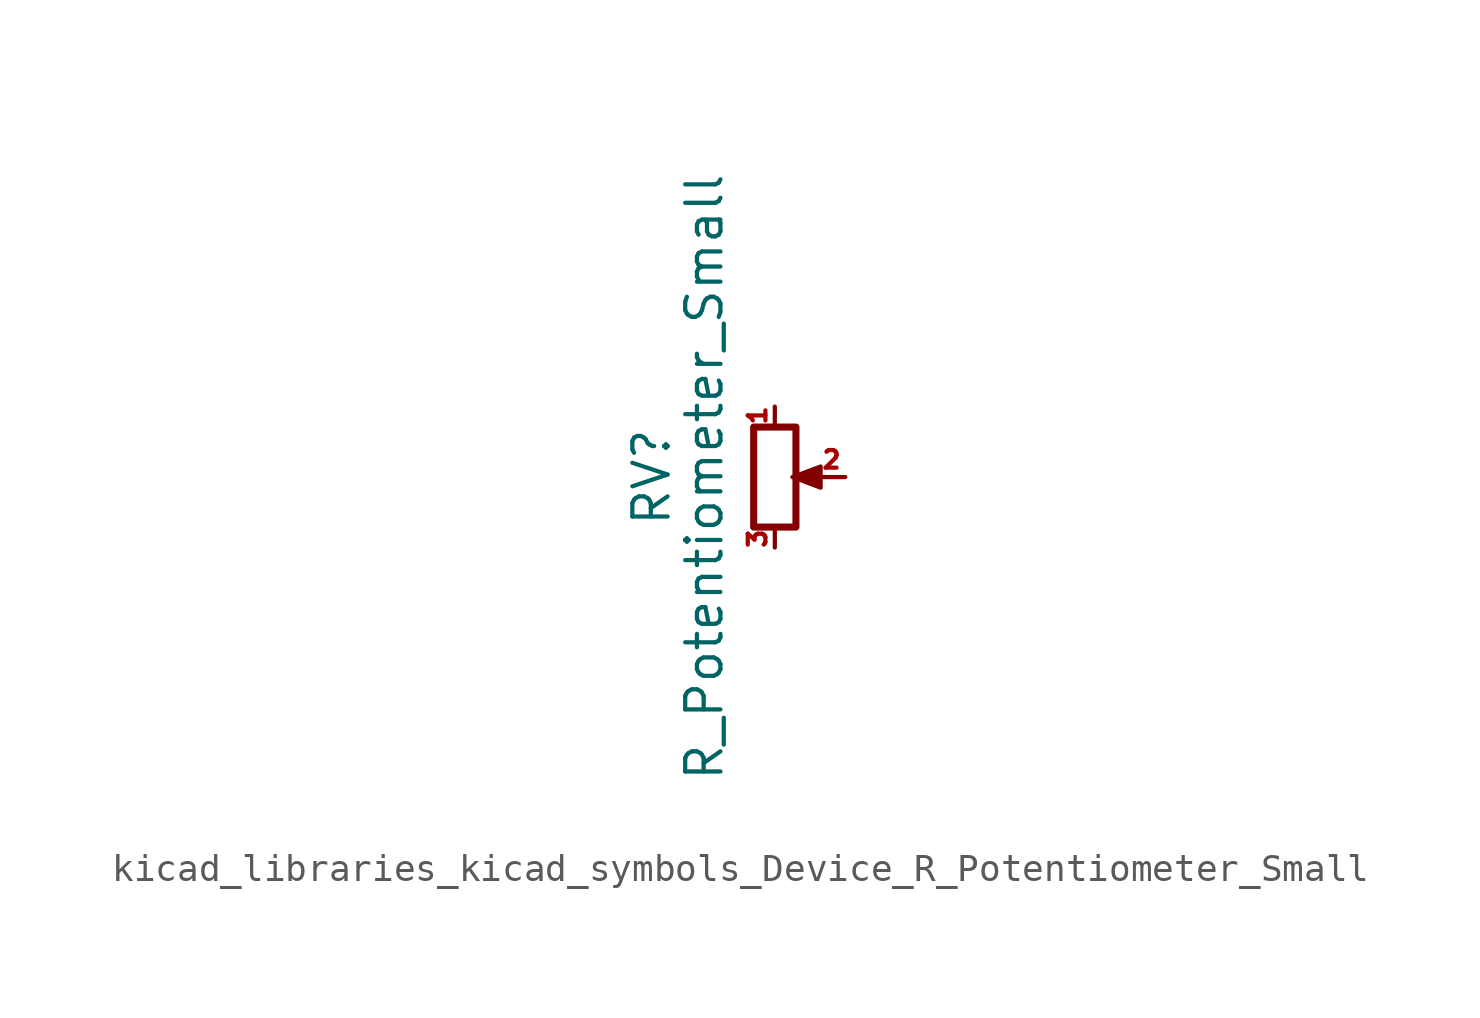
<source format=kicad_sym>
(kicad_symbol_lib
  (version 20220914)
  (generator kicad_symbol_editor)
  (symbol "kicad_libraries_kicad_symbols_Device_R_Potentiometer_Small"
    (pin_names
      (offset 1.016) hide)
    (property "Reference" "RV"
      (at -4.445 0 90)
      (effects (font (size 1.27 1.27))))
    (property "Value" "R_Potentiometer_Small"
      (at -2.54 0 90)
      (effects (font (size 1.27 1.27))))
    (symbol "kicad_libraries_kicad_symbols_Device_R_Potentiometer_Small_0_1"
      (polyline (pts (xy 0.889 0) (xy 0.635 0) (xy 1.651 0.381) (xy 1.651 -0.381) (xy 0.635 0) (xy 0.889 0)) (stroke (width 0) (type default)) (fill (type outline)))
      (rectangle (start 0.762 1.803) (end -0.762 -1.803) (stroke (width 0.254) (type default)) (fill (type none))))
    (symbol "kicad_libraries_kicad_symbols_Device_R_Potentiometer_Small_1_1"
      (pin passive line (at 0 2.54 270) (length 0.635) (name "1" (effects (font (size 0.635 0.635)))) (number "1" (effects (font (size 0.635 0.635)))))
      (pin passive line (at 2.54 0 180) (length 0.991) (name "2" (effects (font (size 0.635 0.635)))) (number "2" (effects (font (size 0.635 0.635)))))
      (pin passive line (at 0 -2.54 90) (length 0.635) (name "3" (effects (font (size 0.635 0.635)))) (number "3" (effects (font (size 0.635 0.635))))))))
</source>
